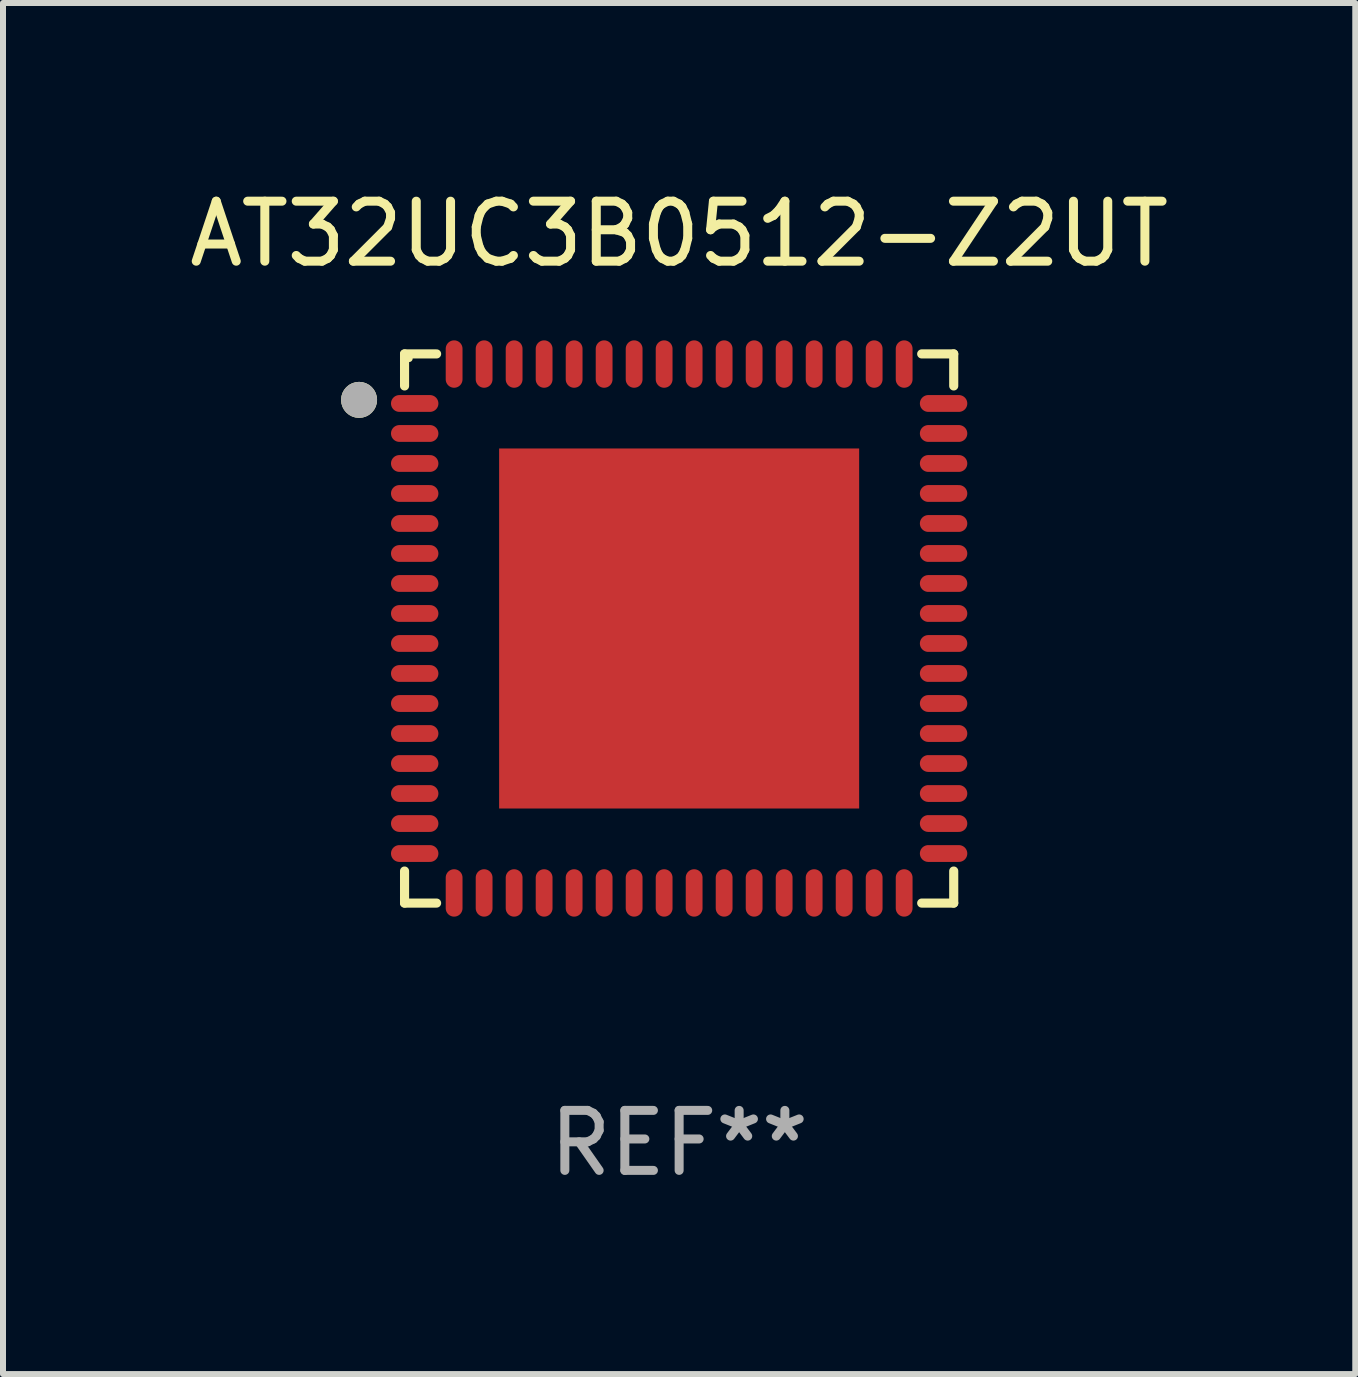
<source format=kicad_pcb>
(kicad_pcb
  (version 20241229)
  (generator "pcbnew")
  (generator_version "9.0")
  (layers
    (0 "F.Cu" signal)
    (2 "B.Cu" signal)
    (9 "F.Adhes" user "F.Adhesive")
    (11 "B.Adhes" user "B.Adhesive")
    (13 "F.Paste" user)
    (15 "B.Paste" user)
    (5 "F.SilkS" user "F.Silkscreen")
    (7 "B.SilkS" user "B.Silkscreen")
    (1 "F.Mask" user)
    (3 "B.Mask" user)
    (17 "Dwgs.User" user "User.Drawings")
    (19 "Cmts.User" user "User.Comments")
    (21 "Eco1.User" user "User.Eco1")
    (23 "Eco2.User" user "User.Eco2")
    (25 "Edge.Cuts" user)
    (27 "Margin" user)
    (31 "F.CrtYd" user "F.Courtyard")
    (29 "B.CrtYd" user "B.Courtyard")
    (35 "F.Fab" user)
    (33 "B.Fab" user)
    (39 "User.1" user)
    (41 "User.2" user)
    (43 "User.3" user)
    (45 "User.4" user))
  (footprint "AT32UC3B0512-Z2UT"
    (layer "F.Cu")
    (at 8.268 7.424)
    (property "Reference" "AT32UC3B0512-Z2UT" (at 0 -6.576 0) (layer "F.SilkS") (effects (font (size 1 1) (thickness 0.15))))
    (attr through_hole)
    (fp_line (start -4.576 -4.576) (end -4.042 -4.576) (stroke (width 0.152) (type solid)) (layer "F.SilkS"))
    (fp_line (start -4.576 -4.042) (end -4.576 -4.576) (stroke (width 0.152) (type solid)) (layer "F.SilkS"))
    (fp_line (start -4.576 4.042) (end -4.576 4.576) (stroke (width 0.152) (type solid)) (layer "F.SilkS"))
    (fp_line (start -4.576 4.576) (end -4.042 4.576) (stroke (width 0.152) (type solid)) (layer "F.SilkS"))
    (fp_line (start 4.576 -4.576) (end 4.042 -4.576) (stroke (width 0.152) (type solid)) (layer "F.SilkS"))
    (fp_line (start 4.576 -4.042) (end 4.576 -4.576) (stroke (width 0.152) (type solid)) (layer "F.SilkS"))
    (fp_line (start 4.576 4.042) (end 4.576 4.576) (stroke (width 0.152) (type solid)) (layer "F.SilkS"))
    (fp_line (start 4.576 4.576) (end 4.042 4.576) (stroke (width 0.152) (type solid)) (layer "F.SilkS"))
    (fp_circle (center -5.334 -3.81) (end -5.184 -3.81) (stroke (width 0.3) (type solid)) (fill no) (layer "F.SilkS"))
    (fp_circle (center -4.5 -4.5) (end -4.47 -4.5) (stroke (width 0.06) (type solid)) (fill no) (layer "F.SilkS"))
    (fp_circle (center -5.334 -3.81) (end -5.184 -3.81) (stroke (width 0.3) (type solid)) (fill no) (layer "F.Fab"))
    (fp_text user "REF**" (at 0 8.576 0) (layer "F.Fab") (effects (font (size 1 1) (thickness 0.15))))
    (pad "1" smd oval (at -4.407 -3.75) (size 0.79 0.28) (layers "F.Cu" "F.Mask" "F.Paste"))
    (pad "2" smd oval (at -4.407 -3.25) (size 0.79 0.28) (layers "F.Cu" "F.Mask" "F.Paste"))
    (pad "3" smd oval (at -4.407 -2.75) (size 0.79 0.28) (layers "F.Cu" "F.Mask" "F.Paste"))
    (pad "4" smd oval (at -4.407 -2.25) (size 0.79 0.28) (layers "F.Cu" "F.Mask" "F.Paste"))
    (pad "5" smd oval (at -4.407 -1.75) (size 0.79 0.28) (layers "F.Cu" "F.Mask" "F.Paste"))
    (pad "6" smd oval (at -4.407 -1.25) (size 0.79 0.28) (layers "F.Cu" "F.Mask" "F.Paste"))
    (pad "7" smd oval (at -4.407 -0.75) (size 0.79 0.28) (layers "F.Cu" "F.Mask" "F.Paste"))
    (pad "8" smd oval (at -4.407 -0.25) (size 0.79 0.28) (layers "F.Cu" "F.Mask" "F.Paste"))
    (pad "9" smd oval (at -4.407 0.25) (size 0.79 0.28) (layers "F.Cu" "F.Mask" "F.Paste"))
    (pad "10" smd oval (at -4.407 0.75) (size 0.79 0.28) (layers "F.Cu" "F.Mask" "F.Paste"))
    (pad "11" smd oval (at -4.407 1.25) (size 0.79 0.28) (layers "F.Cu" "F.Mask" "F.Paste"))
    (pad "12" smd oval (at -4.407 1.75) (size 0.79 0.28) (layers "F.Cu" "F.Mask" "F.Paste"))
    (pad "13" smd oval (at -4.407 2.25) (size 0.79 0.28) (layers "F.Cu" "F.Mask" "F.Paste"))
    (pad "14" smd oval (at -4.407 2.75) (size 0.79 0.28) (layers "F.Cu" "F.Mask" "F.Paste"))
    (pad "15" smd oval (at -4.407 3.25) (size 0.79 0.28) (layers "F.Cu" "F.Mask" "F.Paste"))
    (pad "16" smd oval (at -4.407 3.75) (size 0.79 0.28) (layers "F.Cu" "F.Mask" "F.Paste"))
    (pad "17" smd oval (at -3.75 4.407) (size 0.28 0.79) (layers "F.Cu" "F.Mask" "F.Paste"))
    (pad "18" smd oval (at -3.25 4.407) (size 0.28 0.79) (layers "F.Cu" "F.Mask" "F.Paste"))
    (pad "19" smd oval (at -2.75 4.407) (size 0.28 0.79) (layers "F.Cu" "F.Mask" "F.Paste"))
    (pad "20" smd oval (at -2.25 4.407) (size 0.28 0.79) (layers "F.Cu" "F.Mask" "F.Paste"))
    (pad "21" smd oval (at -1.75 4.407) (size 0.28 0.79) (layers "F.Cu" "F.Mask" "F.Paste"))
    (pad "22" smd oval (at -1.25 4.407) (size 0.28 0.79) (layers "F.Cu" "F.Mask" "F.Paste"))
    (pad "23" smd oval (at -0.75 4.407) (size 0.28 0.79) (layers "F.Cu" "F.Mask" "F.Paste"))
    (pad "24" smd oval (at -0.25 4.407) (size 0.28 0.79) (layers "F.Cu" "F.Mask" "F.Paste"))
    (pad "25" smd oval (at 0.25 4.407) (size 0.28 0.79) (layers "F.Cu" "F.Mask" "F.Paste"))
    (pad "26" smd oval (at 0.75 4.407) (size 0.28 0.79) (layers "F.Cu" "F.Mask" "F.Paste"))
    (pad "27" smd oval (at 1.25 4.407) (size 0.28 0.79) (layers "F.Cu" "F.Mask" "F.Paste"))
    (pad "28" smd oval (at 1.75 4.407) (size 0.28 0.79) (layers "F.Cu" "F.Mask" "F.Paste"))
    (pad "29" smd oval (at 2.25 4.407) (size 0.28 0.79) (layers "F.Cu" "F.Mask" "F.Paste"))
    (pad "30" smd oval (at 2.75 4.407) (size 0.28 0.79) (layers "F.Cu" "F.Mask" "F.Paste"))
    (pad "31" smd oval (at 3.25 4.407) (size 0.28 0.79) (layers "F.Cu" "F.Mask" "F.Paste"))
    (pad "32" smd oval (at 3.75 4.407) (size 0.28 0.79) (layers "F.Cu" "F.Mask" "F.Paste"))
    (pad "33" smd oval (at 4.407 3.75) (size 0.79 0.28) (layers "F.Cu" "F.Mask" "F.Paste"))
    (pad "34" smd oval (at 4.407 3.25) (size 0.79 0.28) (layers "F.Cu" "F.Mask" "F.Paste"))
    (pad "35" smd oval (at 4.407 2.75) (size 0.79 0.28) (layers "F.Cu" "F.Mask" "F.Paste"))
    (pad "36" smd oval (at 4.407 2.25) (size 0.79 0.28) (layers "F.Cu" "F.Mask" "F.Paste"))
    (pad "37" smd oval (at 4.407 1.75) (size 0.79 0.28) (layers "F.Cu" "F.Mask" "F.Paste"))
    (pad "38" smd oval (at 4.407 1.25) (size 0.79 0.28) (layers "F.Cu" "F.Mask" "F.Paste"))
    (pad "39" smd oval (at 4.407 0.75) (size 0.79 0.28) (layers "F.Cu" "F.Mask" "F.Paste"))
    (pad "40" smd oval (at 4.407 0.25) (size 0.79 0.28) (layers "F.Cu" "F.Mask" "F.Paste"))
    (pad "41" smd oval (at 4.407 -0.25) (size 0.79 0.28) (layers "F.Cu" "F.Mask" "F.Paste"))
    (pad "42" smd oval (at 4.407 -0.75) (size 0.79 0.28) (layers "F.Cu" "F.Mask" "F.Paste"))
    (pad "43" smd oval (at 4.407 -1.25) (size 0.79 0.28) (layers "F.Cu" "F.Mask" "F.Paste"))
    (pad "44" smd oval (at 4.407 -1.75) (size 0.79 0.28) (layers "F.Cu" "F.Mask" "F.Paste"))
    (pad "45" smd oval (at 4.407 -2.25) (size 0.79 0.28) (layers "F.Cu" "F.Mask" "F.Paste"))
    (pad "46" smd oval (at 4.407 -2.75) (size 0.79 0.28) (layers "F.Cu" "F.Mask" "F.Paste"))
    (pad "47" smd oval (at 4.407 -3.25) (size 0.79 0.28) (layers "F.Cu" "F.Mask" "F.Paste"))
    (pad "48" smd oval (at 4.407 -3.75) (size 0.79 0.28) (layers "F.Cu" "F.Mask" "F.Paste"))
    (pad "49" smd oval (at 3.75 -4.407) (size 0.28 0.79) (layers "F.Cu" "F.Mask" "F.Paste"))
    (pad "50" smd oval (at 3.25 -4.407) (size 0.28 0.79) (layers "F.Cu" "F.Mask" "F.Paste"))
    (pad "51" smd oval (at 2.75 -4.407) (size 0.28 0.79) (layers "F.Cu" "F.Mask" "F.Paste"))
    (pad "52" smd oval (at 2.25 -4.407) (size 0.28 0.79) (layers "F.Cu" "F.Mask" "F.Paste"))
    (pad "53" smd oval (at 1.75 -4.407) (size 0.28 0.79) (layers "F.Cu" "F.Mask" "F.Paste"))
    (pad "54" smd oval (at 1.25 -4.407) (size 0.28 0.79) (layers "F.Cu" "F.Mask" "F.Paste"))
    (pad "55" smd oval (at 0.75 -4.407) (size 0.28 0.79) (layers "F.Cu" "F.Mask" "F.Paste"))
    (pad "56" smd oval (at 0.25 -4.407) (size 0.28 0.79) (layers "F.Cu" "F.Mask" "F.Paste"))
    (pad "57" smd oval (at -0.25 -4.407) (size 0.28 0.79) (layers "F.Cu" "F.Mask" "F.Paste"))
    (pad "58" smd oval (at -0.75 -4.407) (size 0.28 0.79) (layers "F.Cu" "F.Mask" "F.Paste"))
    (pad "59" smd oval (at -1.25 -4.407) (size 0.28 0.79) (layers "F.Cu" "F.Mask" "F.Paste"))
    (pad "60" smd oval (at -1.75 -4.407) (size 0.28 0.79) (layers "F.Cu" "F.Mask" "F.Paste"))
    (pad "61" smd oval (at -2.25 -4.407) (size 0.28 0.79) (layers "F.Cu" "F.Mask" "F.Paste"))
    (pad "62" smd oval (at -2.75 -4.407) (size 0.28 0.79) (layers "F.Cu" "F.Mask" "F.Paste"))
    (pad "63" smd oval (at -3.25 -4.407) (size 0.28 0.79) (layers "F.Cu" "F.Mask" "F.Paste"))
    (pad "64" smd oval (at -3.75 -4.407) (size 0.28 0.79) (layers "F.Cu" "F.Mask" "F.Paste"))
    (pad "65" smd rect (at 0 0) (size 6 6) (layers "F.Cu" "F.Mask" "F.Paste")))
  (gr_rect
    (start -3 -3)
    (end 19.536 19.849)
    (stroke (width 0.1) (type default))
    (fill no)
    (layer "Edge.Cuts")))
</source>
